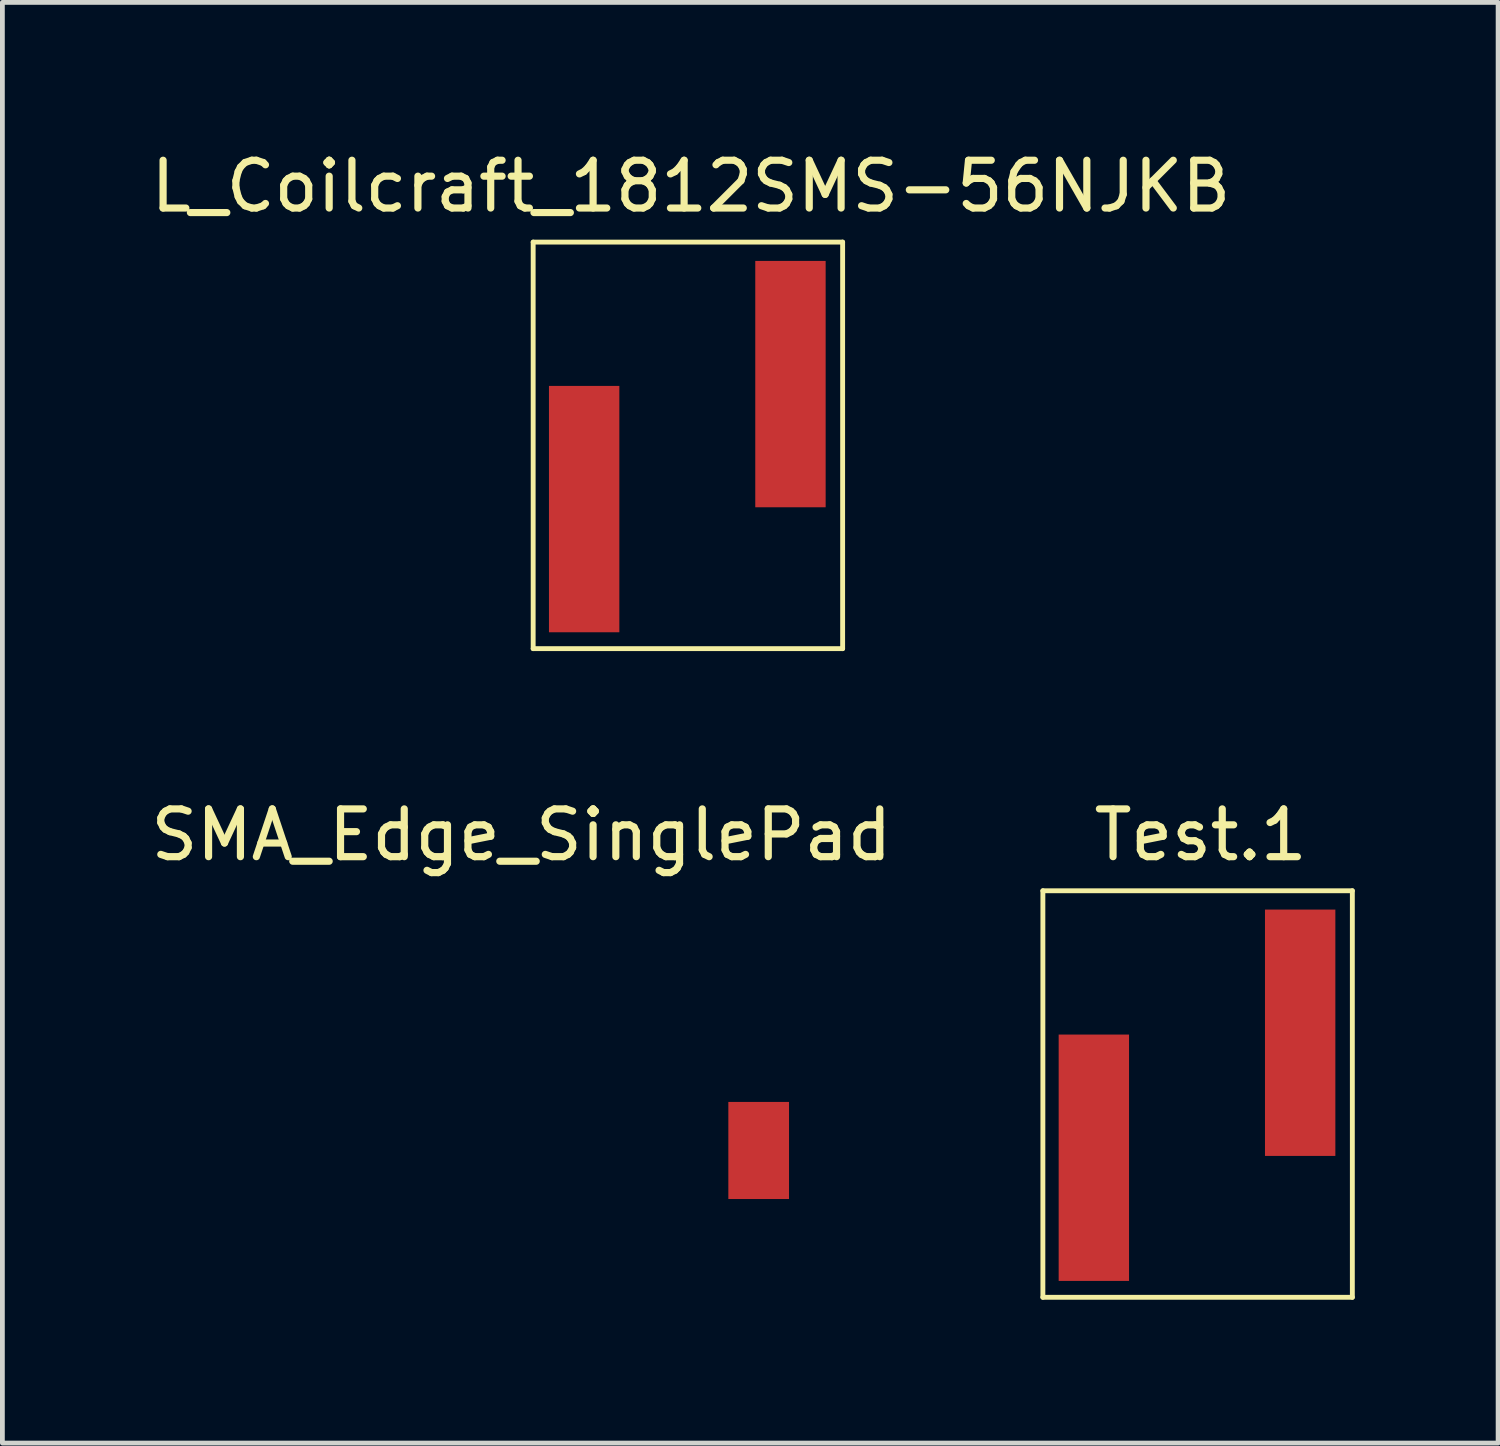
<source format=kicad_pcb>
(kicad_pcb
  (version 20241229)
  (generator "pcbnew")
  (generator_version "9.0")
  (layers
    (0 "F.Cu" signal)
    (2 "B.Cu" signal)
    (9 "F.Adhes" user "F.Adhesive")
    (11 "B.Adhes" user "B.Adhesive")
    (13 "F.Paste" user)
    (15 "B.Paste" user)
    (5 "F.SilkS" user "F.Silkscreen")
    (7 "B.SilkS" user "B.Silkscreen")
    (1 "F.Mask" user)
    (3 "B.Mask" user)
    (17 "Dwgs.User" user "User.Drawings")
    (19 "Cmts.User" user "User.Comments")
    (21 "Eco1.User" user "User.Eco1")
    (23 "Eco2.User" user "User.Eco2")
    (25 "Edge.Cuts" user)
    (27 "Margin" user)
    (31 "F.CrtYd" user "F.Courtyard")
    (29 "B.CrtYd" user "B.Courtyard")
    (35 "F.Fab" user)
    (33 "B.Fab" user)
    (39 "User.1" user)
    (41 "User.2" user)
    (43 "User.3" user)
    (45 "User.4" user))
  (footprint "Test.1"
    (layer "F.Cu")
    (at 22.079 21.181)
    (property "Reference" "Test.1" (at 0 -6.756 0) (layer "F.SilkS") (effects (font (size 1 1) (thickness 0.15))))
    (attr smd)
    (fp_line (start -3.302 -5.588) (end 3.175 -5.588) (stroke (width 0.102) (type solid)) (layer "F.SilkS"))
    (fp_line (start -3.302 2.921) (end -3.302 -5.588) (stroke (width 0.102) (type solid)) (layer "F.SilkS"))
    (fp_line (start 3.175 -5.588) (end 3.175 2.921) (stroke (width 0.102) (type solid)) (layer "F.SilkS"))
    (fp_line (start 3.175 2.921) (end -3.302 2.921) (stroke (width 0.102) (type solid)) (layer "F.SilkS"))
    (pad "1" smd rect (at -2.235 0) (size 1.473 5.156) (layers "F.Cu" "F.Mask" "F.Paste"))
    (pad "2" smd rect (at 2.083 -2.616) (size 1.473 5.156) (layers "F.Cu" "F.Mask" "F.Paste")))
  (footprint "L_Coilcraft_1812SMS-56NJKB"
    (layer "F.Cu")
    (at 11.411 7.605)
    (property "Reference" "L_Coilcraft_1812SMS-56NJKB" (at 0 -6.756 0) (layer "F.SilkS") (effects (font (size 1 1) (thickness 0.15))))
    (attr smd)
    (fp_line (start -3.302 -5.588) (end 3.175 -5.588) (stroke (width 0.102) (type solid)) (layer "F.SilkS"))
    (fp_line (start -3.302 2.921) (end -3.302 -5.588) (stroke (width 0.102) (type solid)) (layer "F.SilkS"))
    (fp_line (start 3.175 -5.588) (end 3.175 2.921) (stroke (width 0.102) (type solid)) (layer "F.SilkS"))
    (fp_line (start 3.175 2.921) (end -3.302 2.921) (stroke (width 0.102) (type solid)) (layer "F.SilkS"))
    (pad "1" smd rect (at -2.235 0) (size 1.473 5.156) (layers "F.Cu" "F.Mask" "F.Paste"))
    (pad "2" smd rect (at 2.083 -2.616) (size 1.473 5.156) (layers "F.Cu" "F.Mask" "F.Paste")))
  (footprint "SMA_Edge_SinglePad"
    (placed yes)
    (layer "F.Cu")
    (at 11.546 21.029)
    (property "Reference" "SMA_Edge_SinglePad" (at -3.683 -6.604 0) (layer "F.SilkS") (effects (font (size 1 1) (thickness 0.15))))
    (attr through_hole)
    (pad "1" smd rect (at 1.283 0) (size 1.27 2.032) (layers "F.Cu" "F.Mask")))
  (gr_rect
    (start -3 -3)
    (end 28.305 27.153)
    (stroke (width 0.1) (type default))
    (fill no)
    (layer "Edge.Cuts")))
</source>
